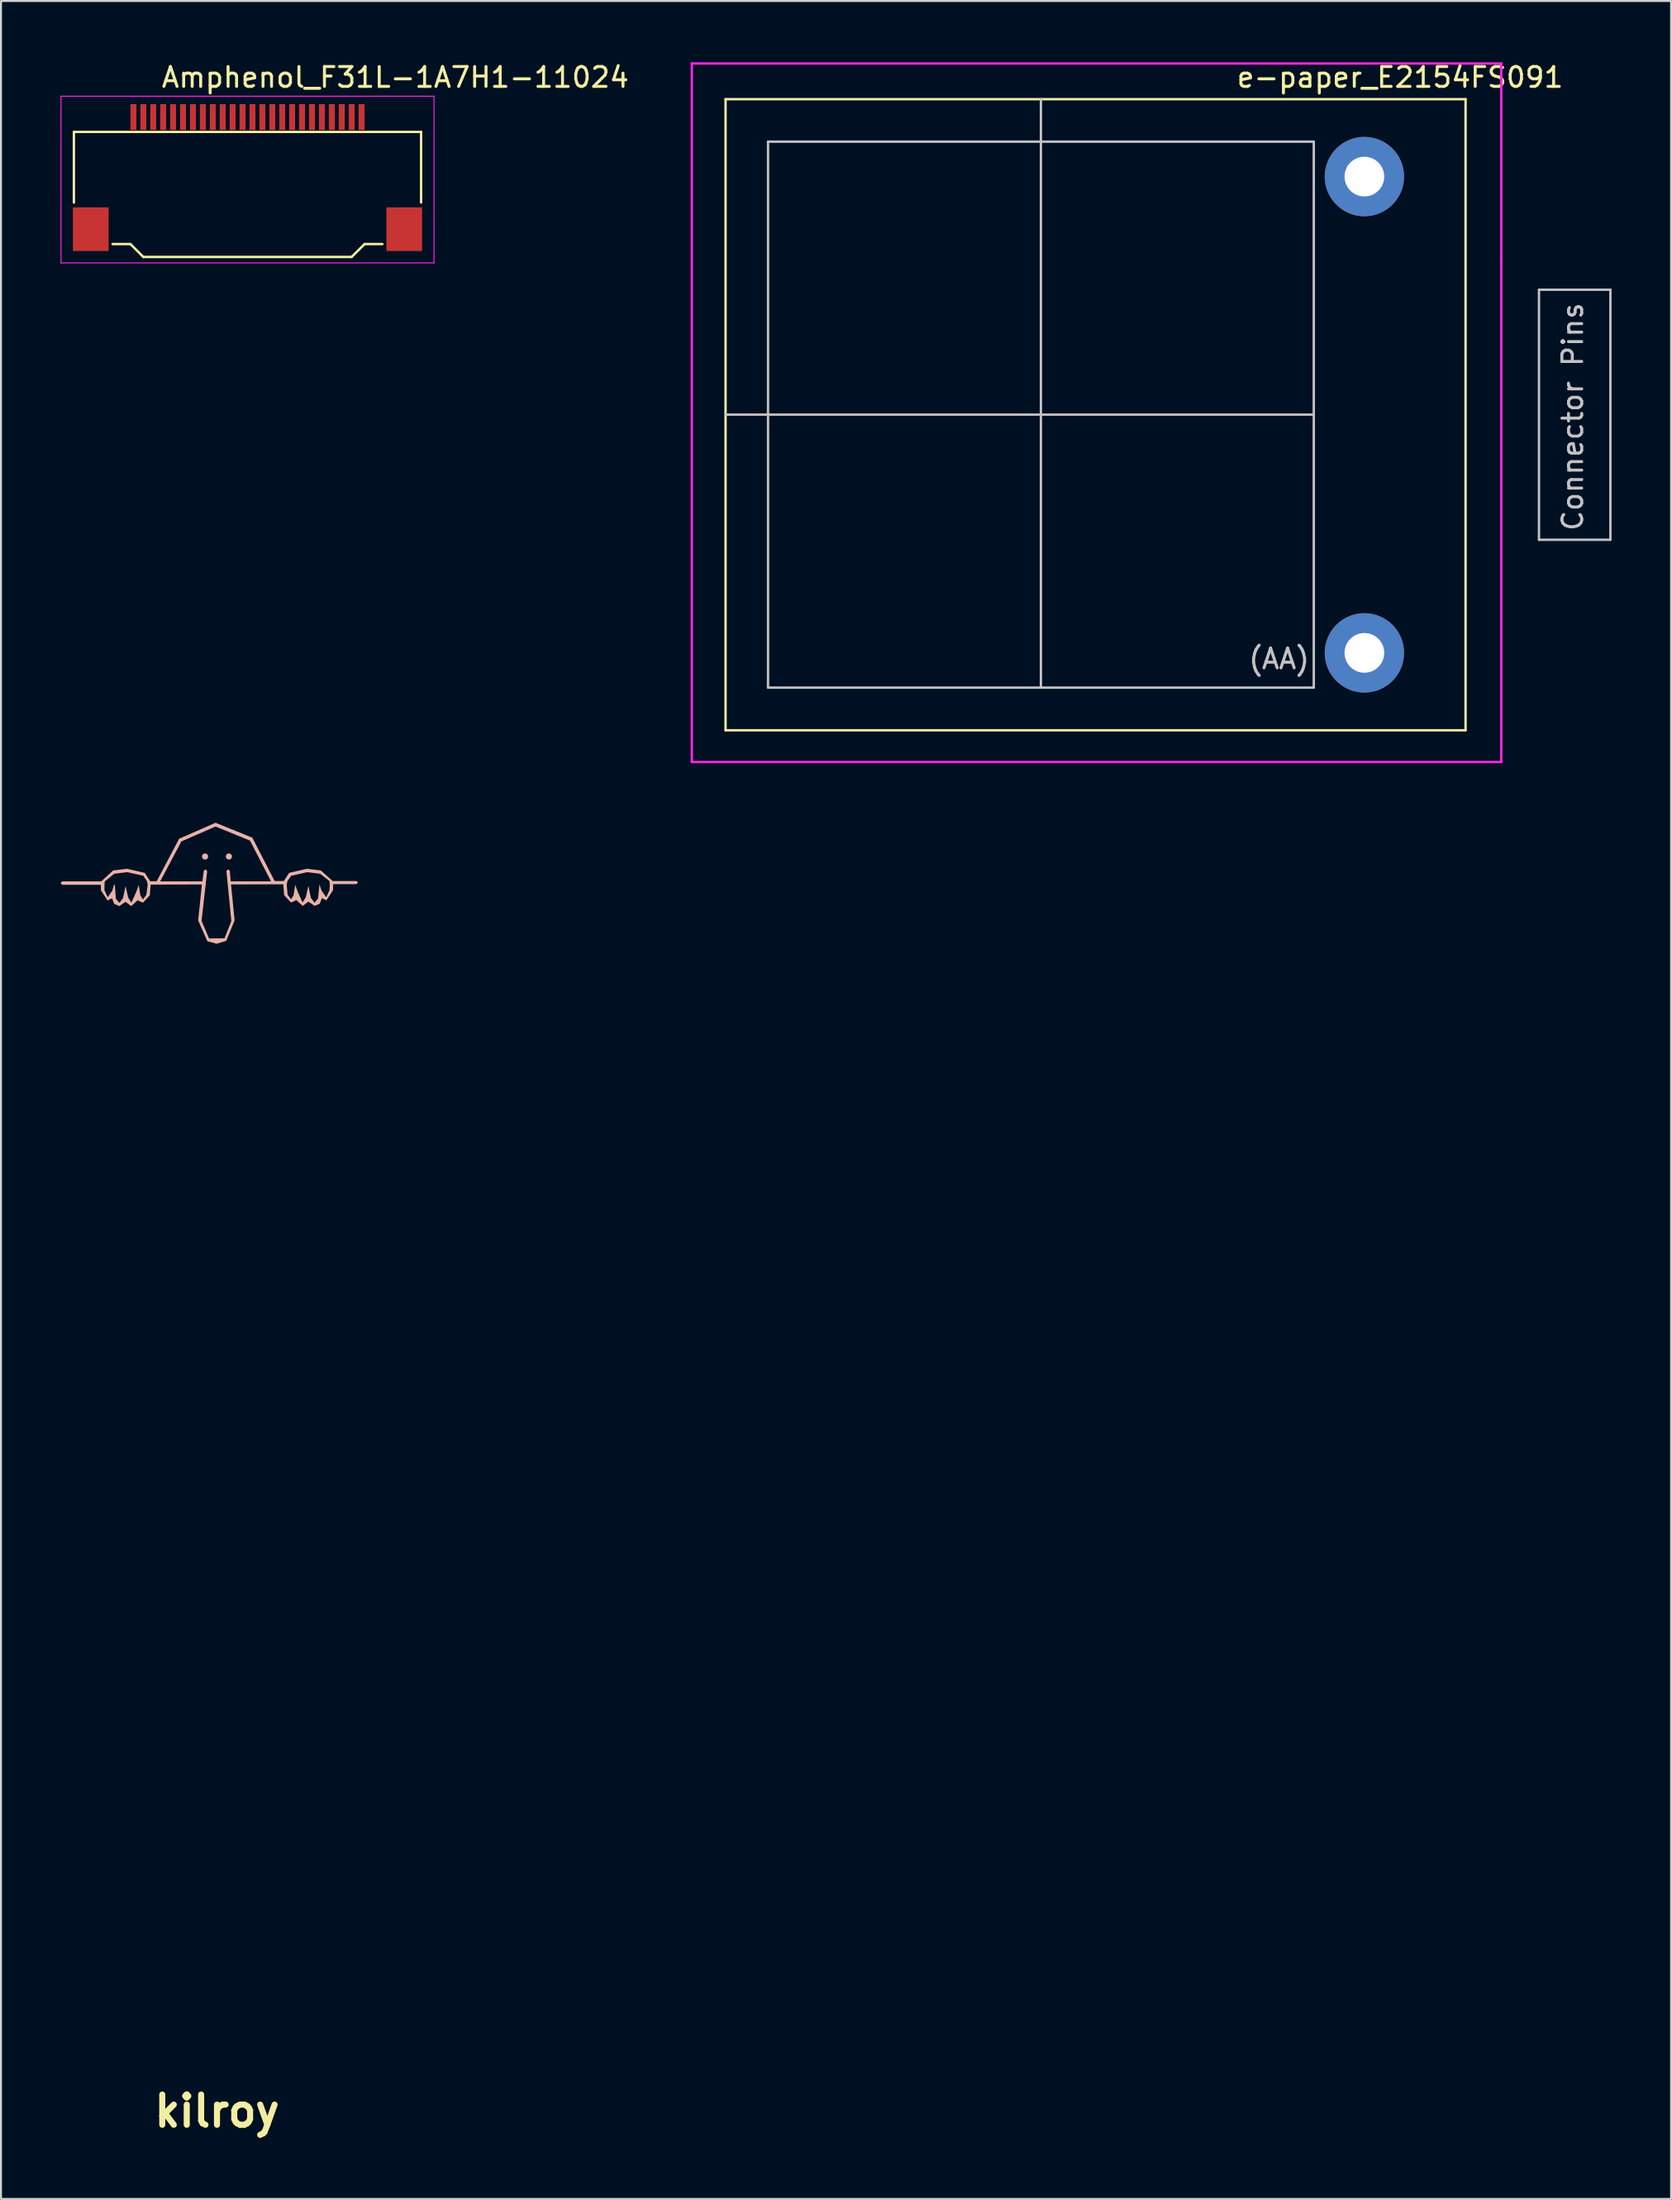
<source format=kicad_pcb>
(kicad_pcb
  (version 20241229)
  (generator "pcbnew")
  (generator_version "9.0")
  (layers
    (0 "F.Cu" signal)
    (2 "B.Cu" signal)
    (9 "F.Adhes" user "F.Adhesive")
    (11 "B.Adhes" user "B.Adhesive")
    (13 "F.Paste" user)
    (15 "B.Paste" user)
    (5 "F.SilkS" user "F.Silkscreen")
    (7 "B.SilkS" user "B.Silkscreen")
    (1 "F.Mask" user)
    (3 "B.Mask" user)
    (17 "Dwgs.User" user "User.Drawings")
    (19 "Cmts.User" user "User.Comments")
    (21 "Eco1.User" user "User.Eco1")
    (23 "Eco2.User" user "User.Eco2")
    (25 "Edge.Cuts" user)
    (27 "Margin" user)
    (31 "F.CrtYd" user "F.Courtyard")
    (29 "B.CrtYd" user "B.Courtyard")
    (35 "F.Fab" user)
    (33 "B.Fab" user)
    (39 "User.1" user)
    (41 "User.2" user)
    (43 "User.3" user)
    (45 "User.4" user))
  (footprint "e-paper_E2154FS091"
    (layer "F.Cu")
    (at 33.522 1.948)
    (property "Reference" "e-paper_E2154FS091" (at 34 -1.1 0) (layer "F.SilkS") (effects (font (size 1 1) (thickness 0.15))))
    (attr through_hole)
    (fp_line (start 0 0) (end 0 31.8) (stroke (width 0.12) (type solid)) (layer "F.SilkS"))
    (fp_line (start 0 31.8) (end 37.3 31.8) (stroke (width 0.12) (type solid)) (layer "F.SilkS"))
    (fp_line (start 37.3 0) (end 0 0) (stroke (width 0.12) (type solid)) (layer "F.SilkS"))
    (fp_line (start 37.3 31.8) (end 37.3 0) (stroke (width 0.12) (type solid)) (layer "F.SilkS"))
    (fp_line (start 0 15.895) (end 15.895 15.895) (stroke (width 0.12) (type solid)) (layer "Dwgs.User"))
    (fp_line (start 2.14 29.65) (end 2.14 2.14) (stroke (width 0.12) (type solid)) (layer "Dwgs.User"))
    (fp_line (start 2.14 29.65) (end 29.65 29.65) (stroke (width 0.12) (type solid)) (layer "Dwgs.User"))
    (fp_line (start 15.895 15.895) (end 15.895 0) (stroke (width 0.12) (type solid)) (layer "Dwgs.User"))
    (fp_line (start 15.895 15.895) (end 15.895 29.65) (stroke (width 0.12) (type solid)) (layer "Dwgs.User"))
    (fp_line (start 15.895 15.895) (end 29.65 15.895) (stroke (width 0.12) (type solid)) (layer "Dwgs.User"))
    (fp_line (start 29.65 2.14) (end 2.14 2.14) (stroke (width 0.12) (type solid)) (layer "Dwgs.User"))
    (fp_line (start 29.65 2.14) (end 29.65 29.65) (stroke (width 0.12) (type solid)) (layer "Dwgs.User"))
    (fp_line (start 41 9.6) (end 41 22.2) (stroke (width 0.12) (type solid)) (layer "Dwgs.User"))
    (fp_line (start 41 9.6) (end 44.6 9.6) (stroke (width 0.12) (type solid)) (layer "Dwgs.User"))
    (fp_line (start 41 22.2) (end 44.6 22.2) (stroke (width 0.12) (type solid)) (layer "Dwgs.User"))
    (fp_line (start 44.6 22.2) (end 44.6 9.6) (stroke (width 0.12) (type solid)) (layer "Dwgs.User"))
    (fp_line (start -1.7 -1.8) (end 39.1 -1.8) (stroke (width 0.12) (type solid)) (layer "F.CrtYd"))
    (fp_line (start -1.7 33.4) (end -1.7 -1.8) (stroke (width 0.12) (type solid)) (layer "F.CrtYd"))
    (fp_line (start 39.1 -1.8) (end 39.1 8.1) (stroke (width 0.12) (type solid)) (layer "F.CrtYd"))
    (fp_line (start 39.1 8.1) (end 39.1 33.4) (stroke (width 0.12) (type solid)) (layer "F.CrtYd"))
    (fp_line (start 39.1 33.4) (end -1.7 33.4) (stroke (width 0.12) (type solid)) (layer "F.CrtYd"))
    (fp_text user "(AA)" (at 27.9 28.2 0) (layer "Dwgs.User") (effects (font (size 1 1) (thickness 0.15))))
    (fp_text user "Connector Pins" (at 42.7 16 90) (layer "Dwgs.User") (effects (font (size 1 1) (thickness 0.15))))
    (pad "" np_thru_hole circle (at 32.2 3.9) (size 4 4) (drill 2) (layers "*.Cu" "*.Mask"))
    (pad "" np_thru_hole circle (at 32.2 27.9) (size 4 4) (drill 2) (layers "*.Cu" "*.Mask")))
  (footprint "Amphenol_F31L-1A7H1-11024"
    (layer "F.Cu")
    (at 9.425 2.848)
    (property "Reference" "Amphenol_F31L-1A7H1-11024" (at 7.45 -2 0) (layer "F.SilkS") (effects (font (size 1 1) (thickness 0.15))))
    (attr smd)
    (fp_line (start -8.75 0.75) (end -8.75 4.31) (stroke (width 0.12) (type solid)) (layer "F.SilkS"))
    (fp_line (start -8.75 0.75) (end 8.75 0.75) (stroke (width 0.12) (type solid)) (layer "F.SilkS"))
    (fp_line (start -5.9 6.4) (end -6.8 6.4) (stroke (width 0.12) (type solid)) (layer "F.SilkS"))
    (fp_line (start -5.9 6.4) (end -5.25 7.05) (stroke (width 0.12) (type solid)) (layer "F.SilkS"))
    (fp_line (start -5.25 7.05) (end 5.25 7.05) (stroke (width 0.12) (type solid)) (layer "F.SilkS"))
    (fp_line (start 5.25 7.05) (end 5.9 6.4) (stroke (width 0.12) (type solid)) (layer "F.SilkS"))
    (fp_line (start 6.8 6.4) (end 5.9 6.4) (stroke (width 0.12) (type solid)) (layer "F.SilkS"))
    (fp_line (start 8.75 0.75) (end 8.75 4.31) (stroke (width 0.12) (type solid)) (layer "F.SilkS"))
    (fp_line (start -9.4 -1.05) (end -9.4 7.35) (stroke (width 0.05) (type solid)) (layer "F.CrtYd"))
    (fp_line (start -9.4 -1.05) (end 9.4 -1.05) (stroke (width 0.05) (type solid)) (layer "F.CrtYd"))
    (fp_line (start -9.4 7.35) (end 9.4 7.35) (stroke (width 0.05) (type solid)) (layer "F.CrtYd"))
    (fp_line (start 9.4 -1.05) (end 9.4 7.35) (stroke (width 0.05) (type solid)) (layer "F.CrtYd"))
    (pad "0" smd rect (at -7.9 5.65) (size 1.8 2.2) (layers "F.Cu" "F.Mask" "F.Paste"))
    (pad "0" smd rect (at 7.9 5.65) (size 1.8 2.2) (layers "F.Cu" "F.Mask" "F.Paste"))
    (pad "1" smd rect (at 5.75 0) (size 0.3 1.3) (layers "F.Cu" "F.Mask" "F.Paste"))
    (pad "2" smd rect (at 5.25 0) (size 0.3 1.3) (layers "F.Cu" "F.Mask" "F.Paste"))
    (pad "3" smd rect (at 4.75 0) (size 0.3 1.3) (layers "F.Cu" "F.Mask" "F.Paste"))
    (pad "4" smd rect (at 4.25 0) (size 0.3 1.3) (layers "F.Cu" "F.Mask" "F.Paste"))
    (pad "5" smd rect (at 3.75 0) (size 0.3 1.3) (layers "F.Cu" "F.Mask" "F.Paste"))
    (pad "6" smd rect (at 3.25 0) (size 0.3 1.3) (layers "F.Cu" "F.Mask" "F.Paste"))
    (pad "7" smd rect (at 2.75 0) (size 0.3 1.3) (layers "F.Cu" "F.Mask" "F.Paste"))
    (pad "8" smd rect (at 2.25 0) (size 0.3 1.3) (layers "F.Cu" "F.Mask" "F.Paste"))
    (pad "9" smd rect (at 1.75 0) (size 0.3 1.3) (layers "F.Cu" "F.Mask" "F.Paste"))
    (pad "10" smd rect (at 1.25 0) (size 0.3 1.3) (layers "F.Cu" "F.Mask" "F.Paste"))
    (pad "11" smd rect (at 0.75 0) (size 0.3 1.3) (layers "F.Cu" "F.Mask" "F.Paste"))
    (pad "12" smd rect (at 0.25 0) (size 0.3 1.3) (layers "F.Cu" "F.Mask" "F.Paste"))
    (pad "13" smd rect (at -0.25 0) (size 0.3 1.3) (layers "F.Cu" "F.Mask" "F.Paste"))
    (pad "14" smd rect (at -0.75 0) (size 0.3 1.3) (layers "F.Cu" "F.Mask" "F.Paste"))
    (pad "15" smd rect (at -1.25 0) (size 0.3 1.3) (layers "F.Cu" "F.Mask" "F.Paste"))
    (pad "16" smd rect (at -1.75 0) (size 0.3 1.3) (layers "F.Cu" "F.Mask" "F.Paste"))
    (pad "17" smd rect (at -2.25 0) (size 0.3 1.3) (layers "F.Cu" "F.Mask" "F.Paste"))
    (pad "18" smd rect (at -2.75 0) (size 0.3 1.3) (layers "F.Cu" "F.Mask" "F.Paste"))
    (pad "19" smd rect (at -3.25 0) (size 0.3 1.3) (layers "F.Cu" "F.Mask" "F.Paste"))
    (pad "20" smd rect (at -3.75 0) (size 0.3 1.3) (layers "F.Cu" "F.Mask" "F.Paste"))
    (pad "21" smd rect (at -4.25 0) (size 0.3 1.3) (layers "F.Cu" "F.Mask" "F.Paste"))
    (pad "22" smd rect (at -4.75 0) (size 0.3 1.3) (layers "F.Cu" "F.Mask" "F.Paste"))
    (pad "23" smd rect (at -5.25 0) (size 0.3 1.3) (layers "F.Cu" "F.Mask" "F.Paste"))
    (pad "24" smd rect (at -5.75 0) (size 0.3 1.3) (layers "F.Cu" "F.Mask" "F.Paste")))
  (footprint "kilroy"
    (layer "F.Cu")
    (at 7.887 41.409)
    (property "Reference" "kilroy" (at 0 61.917 0) (layer "F.SilkS") (effects (font (size 1.524 1.524) (thickness 0.305))))
    (attr exclude_from_pos_files exclude_from_bom)
    (fp_circle (center -0.6 -1.3) (end -0.52 -1.3) (stroke (width 0.15) (type solid)) (fill no) (layer "B.SilkS"))
    (fp_circle (center 0.6 -1.3) (end 0.68 -1.3) (stroke (width 0.15) (type solid)) (fill no) (layer "B.SilkS"))
    (fp_poly (pts (xy 7.027 -0.064) (xy 5.688 0.108) (xy 5.67 0.399) (xy 5.67 0.399) (xy 5.507 0.751) (xy 5.275 0.425) (xy 5.164 0.108) (xy 5.095 0.82) (xy 4.915 1.026) (xy 4.735 0.786) (xy 4.606 0.176) (xy 4.477 0.752) (xy 4.314 1.018) (xy 4.065 0.468) (xy 3.945 0.125) (xy 3.859 0.657) (xy 3.73 0.855) (xy 3.558 0.623) (xy 3.515 0.108) (xy 0.69 -0.047) (xy 0.648 -0.579) (xy 0.553 -0.657) (xy 0.476 -0.562) (xy 0.725 1.953) (xy 0.381 2.821) (xy -0.4 2.829) (xy -0.778 1.945) (xy -0.494 -0.562) (xy -0.572 -0.657) (xy -0.666 -0.58) (xy -0.735 -0.047) (xy -2.864 -0.047) (xy -1.794 -2.061) (xy -0.074 -2.812) (xy 1.664 -2.102) (xy 2.725 -0.047) (xy 0.69 -0.047) (xy 3.515 0.108) (xy 3.55 -0.064) (xy 3.739 -0.33) (xy 4.546 -0.511) (xy 5.198 -0.433) (xy 5.671 -0.064) (xy 5.688 0.108) (xy 7.027 -0.064) (xy 5.834 -0.064) (xy 5.233 -0.597) (xy 4.537 -0.682) (xy 3.636 -0.476) (xy 3.369 -0.064) (xy 3.361 -0.064) (xy 2.906 -0.064) (xy 1.783 -2.247) (xy -0.073 -3.001) (xy -1.909 -2.195) (xy -3.036 -0.056) (xy -3.371 -0.056) (xy -3.637 -0.476) (xy -4.538 -0.682) (xy -5.234 -0.597) (xy -5.835 -0.047) (xy -7.801 -0.047) (xy -7.887 0.039) (xy -7.801 0.125) (xy -5.852 0.125) (xy -5.852 0.399) (xy -5.517 0.915) (xy -5.285 0.803) (xy -5.285 0.812) (xy -5.182 1.086) (xy -4.925 1.198) (xy -4.607 0.983) (xy -4.324 1.198) (xy -3.98 0.889) (xy -3.937 0.94) (xy -3.731 1.026) (xy -3.388 0.657) (xy -3.56 0.631) (xy -3.731 0.863) (xy -3.86 0.666) (xy -3.946 0.133) (xy -4.066 0.477) (xy -4.315 1.026) (xy -4.479 0.76) (xy -4.607 0.185) (xy -4.736 0.794) (xy -4.916 1.035) (xy -5.097 0.829) (xy -5.148 0.125) (xy -5.191 0.125) (xy -5.277 0.425) (xy -5.509 0.751) (xy -5.672 0.399) (xy -5.672 0.125) (xy -5.655 -0.047) (xy -5.174 -0.434) (xy -4.521 -0.511) (xy -3.714 -0.331) (xy -3.525 -0.047) (xy -3.491 0.124) (xy -3.56 0.631) (xy -3.56 0.631) (xy -3.388 0.657) (xy -3.345 0.116) (xy -0.76 0.107) (xy -0.949 1.919) (xy -0.486 2.967) (xy -0.022 3.095) (xy 0.467 2.949) (xy 0.888 1.919) (xy 0.708 0.107) (xy 3.344 0.099) (xy 3.387 0.648) (xy 3.73 1.018) (xy 3.936 0.932) (xy 3.979 0.88) (xy 4.323 1.189) (xy 4.606 0.975) (xy 4.924 1.189) (xy 5.181 1.078) (xy 5.284 0.803) (xy 5.284 0.795) (xy 5.516 0.906) (xy 5.851 0.391) (xy 5.851 0.091) (xy 7.027 0.091) (xy 7.113 0.005) (xy 7.027 -0.064) (xy 7.027 -0.064)) (stroke (width 0) (type solid)) (fill yes) (layer "B.SilkS")))
  (gr_rect
    (start -3 -3)
    (end 81.182 107.752)
    (stroke (width 0.1) (type default))
    (fill no)
    (layer "Edge.Cuts")))
</source>
